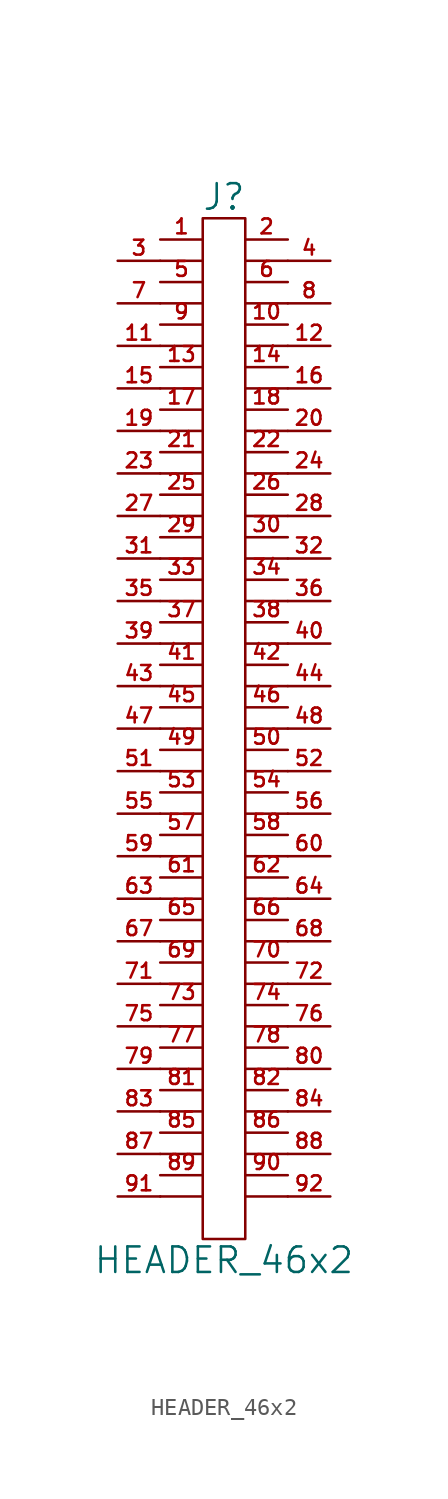
<source format=kicad_sym>
(kicad_symbol_lib
  (version 20211014)
  (generator kicad_symbol_editor)
  (symbol "HEADER_46x2"
    (pin_names
      (offset 0))
    (property "Reference" "J"
      (at 0 31.75 0)
      (effects (font (size 1.524 1.524))))
    (property "Value" "HEADER_46x2"
      (at 0 -31.75 0)
      (effects (font (size 1.524 1.524))))
    (property "Footprint" ""
      (at 0 5.08 0)
      (effects (font (size 1.524 1.524))))
    (property "Datasheet" ""
      (at 0 5.08 0)
      (effects (font (size 1.524 1.524))))
    (symbol "HEADER_46x2_0_1"
      (polyline (pts (xy -3.81 -27.94) (xy -1.27 -27.94)) (stroke (width 0) (type default) (color 0 0 0 0)) (fill (type none)))
      (polyline (pts (xy -3.81 -25.4) (xy -1.27 -25.4)) (stroke (width 0) (type default) (color 0 0 0 0)) (fill (type none)))
      (polyline (pts (xy -3.81 -22.86) (xy -1.27 -22.86)) (stroke (width 0) (type default) (color 0 0 0 0)) (fill (type none)))
      (polyline (pts (xy -3.81 -20.32) (xy -1.27 -20.32)) (stroke (width 0) (type default) (color 0 0 0 0)) (fill (type none)))
      (polyline (pts (xy -3.81 -17.78) (xy -1.27 -17.78)) (stroke (width 0) (type default) (color 0 0 0 0)) (fill (type none)))
      (polyline (pts (xy -3.81 -15.24) (xy -1.27 -15.24)) (stroke (width 0) (type default) (color 0 0 0 0)) (fill (type none)))
      (polyline (pts (xy -3.81 -12.7) (xy -1.27 -12.7)) (stroke (width 0) (type default) (color 0 0 0 0)) (fill (type none)))
      (polyline (pts (xy -3.81 -10.16) (xy -1.27 -10.16)) (stroke (width 0) (type default) (color 0 0 0 0)) (fill (type none)))
      (polyline (pts (xy -3.81 -7.62) (xy -1.27 -7.62)) (stroke (width 0) (type default) (color 0 0 0 0)) (fill (type none)))
      (polyline (pts (xy -3.81 -5.08) (xy -1.27 -5.08)) (stroke (width 0) (type default) (color 0 0 0 0)) (fill (type none)))
      (polyline (pts (xy -3.81 -2.54) (xy -1.27 -2.54)) (stroke (width 0) (type default) (color 0 0 0 0)) (fill (type none)))
      (polyline (pts (xy -3.81 0) (xy -1.27 0)) (stroke (width 0) (type default) (color 0 0 0 0)) (fill (type none)))
      (polyline (pts (xy -3.81 2.54) (xy -1.27 2.54)) (stroke (width 0) (type default) (color 0 0 0 0)) (fill (type none)))
      (polyline (pts (xy -3.81 5.08) (xy -1.27 5.08)) (stroke (width 0) (type default) (color 0 0 0 0)) (fill (type none)))
      (polyline (pts (xy -3.81 7.62) (xy -1.27 7.62)) (stroke (width 0) (type default) (color 0 0 0 0)) (fill (type none)))
      (polyline (pts (xy -3.81 10.16) (xy -1.27 10.16)) (stroke (width 0) (type default) (color 0 0 0 0)) (fill (type none)))
      (polyline (pts (xy -3.81 12.7) (xy -1.27 12.7)) (stroke (width 0) (type default) (color 0 0 0 0)) (fill (type none)))
      (polyline (pts (xy -3.81 15.24) (xy -1.27 15.24)) (stroke (width 0) (type default) (color 0 0 0 0)) (fill (type none)))
      (polyline (pts (xy -3.81 17.78) (xy -1.27 17.78)) (stroke (width 0) (type default) (color 0 0 0 0)) (fill (type none)))
      (polyline (pts (xy -3.81 20.32) (xy -1.27 20.32)) (stroke (width 0) (type default) (color 0 0 0 0)) (fill (type none)))
      (polyline (pts (xy -3.81 22.86) (xy -1.27 22.86)) (stroke (width 0) (type default) (color 0 0 0 0)) (fill (type none)))
      (polyline (pts (xy -3.81 25.4) (xy -1.27 25.4)) (stroke (width 0) (type default) (color 0 0 0 0)) (fill (type none)))
      (polyline (pts (xy -3.81 27.94) (xy -1.27 27.94)) (stroke (width 0) (type default) (color 0 0 0 0)) (fill (type none)))
      (polyline (pts (xy 1.27 -27.94) (xy 3.81 -27.94)) (stroke (width 0) (type default) (color 0 0 0 0)) (fill (type none)))
      (polyline (pts (xy 1.27 -25.4) (xy 3.81 -25.4)) (stroke (width 0) (type default) (color 0 0 0 0)) (fill (type none)))
      (polyline (pts (xy 1.27 -22.86) (xy 3.81 -22.86)) (stroke (width 0) (type default) (color 0 0 0 0)) (fill (type none)))
      (polyline (pts (xy 1.27 -20.32) (xy 3.81 -20.32)) (stroke (width 0) (type default) (color 0 0 0 0)) (fill (type none)))
      (polyline (pts (xy 1.27 -17.78) (xy 3.81 -17.78)) (stroke (width 0) (type default) (color 0 0 0 0)) (fill (type none)))
      (polyline (pts (xy 1.27 -15.24) (xy 3.81 -15.24)) (stroke (width 0) (type default) (color 0 0 0 0)) (fill (type none)))
      (polyline (pts (xy 1.27 -12.7) (xy 3.81 -12.7)) (stroke (width 0) (type default) (color 0 0 0 0)) (fill (type none)))
      (polyline (pts (xy 1.27 -10.16) (xy 3.81 -10.16)) (stroke (width 0) (type default) (color 0 0 0 0)) (fill (type none)))
      (polyline (pts (xy 1.27 -7.62) (xy 3.81 -7.62)) (stroke (width 0) (type default) (color 0 0 0 0)) (fill (type none)))
      (polyline (pts (xy 1.27 -5.08) (xy 3.81 -5.08)) (stroke (width 0) (type default) (color 0 0 0 0)) (fill (type none)))
      (polyline (pts (xy 1.27 -2.54) (xy 3.81 -2.54)) (stroke (width 0) (type default) (color 0 0 0 0)) (fill (type none)))
      (polyline (pts (xy 1.27 0) (xy 3.81 0)) (stroke (width 0) (type default) (color 0 0 0 0)) (fill (type none)))
      (polyline (pts (xy 1.27 2.54) (xy 3.81 2.54)) (stroke (width 0) (type default) (color 0 0 0 0)) (fill (type none)))
      (polyline (pts (xy 1.27 5.08) (xy 3.81 5.08)) (stroke (width 0) (type default) (color 0 0 0 0)) (fill (type none)))
      (polyline (pts (xy 1.27 7.62) (xy 3.81 7.62)) (stroke (width 0) (type default) (color 0 0 0 0)) (fill (type none)))
      (polyline (pts (xy 1.27 10.16) (xy 3.81 10.16)) (stroke (width 0) (type default) (color 0 0 0 0)) (fill (type none)))
      (polyline (pts (xy 1.27 12.7) (xy 3.81 12.7)) (stroke (width 0) (type default) (color 0 0 0 0)) (fill (type none)))
      (polyline (pts (xy 1.27 15.24) (xy 3.81 15.24)) (stroke (width 0) (type default) (color 0 0 0 0)) (fill (type none)))
      (polyline (pts (xy 1.27 17.78) (xy 3.81 17.78)) (stroke (width 0) (type default) (color 0 0 0 0)) (fill (type none)))
      (polyline (pts (xy 1.27 20.32) (xy 3.81 20.32)) (stroke (width 0) (type default) (color 0 0 0 0)) (fill (type none)))
      (polyline (pts (xy 1.27 22.86) (xy 3.81 22.86)) (stroke (width 0) (type default) (color 0 0 0 0)) (fill (type none)))
      (polyline (pts (xy 1.27 25.4) (xy 3.81 25.4)) (stroke (width 0) (type default) (color 0 0 0 0)) (fill (type none)))
      (polyline (pts (xy 1.27 27.94) (xy 3.81 27.94)) (stroke (width 0) (type default) (color 0 0 0 0)) (fill (type none)))
      (rectangle (start 1.27 -30.48) (end -1.27 30.48) (stroke (width 0) (type default) (color 0 0 0 0)) (fill (type none))))
    (symbol "HEADER_46x2_1_1"
      (pin passive line (at -3.81 29.21 0) (length 2.54) (name "~" (effects (font (size 1.27 1.27)))) (number "1" (effects (font (size 0.889 0.889)))))
      (pin passive line (at 3.81 24.13 180) (length 2.54) (name "~" (effects (font (size 1.27 1.27)))) (number "10" (effects (font (size 0.889 0.889)))))
      (pin passive line (at -6.35 22.86 0) (length 2.54) (name "~" (effects (font (size 1.27 1.27)))) (number "11" (effects (font (size 0.889 0.889)))))
      (pin passive line (at 6.35 22.86 180) (length 2.54) (name "~" (effects (font (size 1.27 1.27)))) (number "12" (effects (font (size 0.889 0.889)))))
      (pin passive line (at -3.81 21.59 0) (length 2.54) (name "~" (effects (font (size 1.27 1.27)))) (number "13" (effects (font (size 0.889 0.889)))))
      (pin passive line (at 3.81 21.59 180) (length 2.54) (name "~" (effects (font (size 1.27 1.27)))) (number "14" (effects (font (size 0.889 0.889)))))
      (pin passive line (at -6.35 20.32 0) (length 2.54) (name "~" (effects (font (size 1.27 1.27)))) (number "15" (effects (font (size 0.889 0.889)))))
      (pin passive line (at 6.35 20.32 180) (length 2.54) (name "~" (effects (font (size 1.27 1.27)))) (number "16" (effects (font (size 0.889 0.889)))))
      (pin passive line (at -3.81 19.05 0) (length 2.54) (name "~" (effects (font (size 1.27 1.27)))) (number "17" (effects (font (size 0.889 0.889)))))
      (pin passive line (at 3.81 19.05 180) (length 2.54) (name "~" (effects (font (size 1.27 1.27)))) (number "18" (effects (font (size 0.889 0.889)))))
      (pin passive line (at -6.35 17.78 0) (length 2.54) (name "~" (effects (font (size 1.27 1.27)))) (number "19" (effects (font (size 0.889 0.889)))))
      (pin passive line (at 3.81 29.21 180) (length 2.54) (name "~" (effects (font (size 1.27 1.27)))) (number "2" (effects (font (size 0.889 0.889)))))
      (pin passive line (at 6.35 17.78 180) (length 2.54) (name "~" (effects (font (size 1.27 1.27)))) (number "20" (effects (font (size 0.889 0.889)))))
      (pin passive line (at -3.81 16.51 0) (length 2.54) (name "~" (effects (font (size 1.27 1.27)))) (number "21" (effects (font (size 0.889 0.889)))))
      (pin passive line (at 3.81 16.51 180) (length 2.54) (name "~" (effects (font (size 1.27 1.27)))) (number "22" (effects (font (size 0.889 0.889)))))
      (pin passive line (at -6.35 15.24 0) (length 2.54) (name "~" (effects (font (size 1.27 1.27)))) (number "23" (effects (font (size 0.889 0.889)))))
      (pin passive line (at 6.35 15.24 180) (length 2.54) (name "~" (effects (font (size 1.27 1.27)))) (number "24" (effects (font (size 0.889 0.889)))))
      (pin passive line (at -3.81 13.97 0) (length 2.54) (name "~" (effects (font (size 1.27 1.27)))) (number "25" (effects (font (size 0.889 0.889)))))
      (pin passive line (at 3.81 13.97 180) (length 2.54) (name "~" (effects (font (size 1.27 1.27)))) (number "26" (effects (font (size 0.889 0.889)))))
      (pin passive line (at -6.35 12.7 0) (length 2.54) (name "~" (effects (font (size 1.27 1.27)))) (number "27" (effects (font (size 0.889 0.889)))))
      (pin passive line (at 6.35 12.7 180) (length 2.54) (name "~" (effects (font (size 1.27 1.27)))) (number "28" (effects (font (size 0.889 0.889)))))
      (pin passive line (at -3.81 11.43 0) (length 2.54) (name "~" (effects (font (size 1.27 1.27)))) (number "29" (effects (font (size 0.889 0.889)))))
      (pin passive line (at -6.35 27.94 0) (length 2.54) (name "~" (effects (font (size 1.27 1.27)))) (number "3" (effects (font (size 0.889 0.889)))))
      (pin passive line (at 3.81 11.43 180) (length 2.54) (name "~" (effects (font (size 1.27 1.27)))) (number "30" (effects (font (size 0.889 0.889)))))
      (pin passive line (at -6.35 10.16 0) (length 2.54) (name "~" (effects (font (size 1.27 1.27)))) (number "31" (effects (font (size 0.889 0.889)))))
      (pin passive line (at 6.35 10.16 180) (length 2.54) (name "~" (effects (font (size 1.27 1.27)))) (number "32" (effects (font (size 0.889 0.889)))))
      (pin passive line (at -3.81 8.89 0) (length 2.54) (name "~" (effects (font (size 1.27 1.27)))) (number "33" (effects (font (size 0.889 0.889)))))
      (pin passive line (at 3.81 8.89 180) (length 2.54) (name "~" (effects (font (size 1.27 1.27)))) (number "34" (effects (font (size 0.889 0.889)))))
      (pin passive line (at -6.35 7.62 0) (length 2.54) (name "~" (effects (font (size 1.27 1.27)))) (number "35" (effects (font (size 0.889 0.889)))))
      (pin passive line (at 6.35 7.62 180) (length 2.54) (name "~" (effects (font (size 1.27 1.27)))) (number "36" (effects (font (size 0.889 0.889)))))
      (pin passive line (at -3.81 6.35 0) (length 2.54) (name "~" (effects (font (size 0.889 0.889)))) (number "37" (effects (font (size 0.889 0.889)))))
      (pin passive line (at 3.81 6.35 180) (length 2.54) (name "~" (effects (font (size 1.27 1.27)))) (number "38" (effects (font (size 0.889 0.889)))))
      (pin passive line (at -6.35 5.08 0) (length 2.54) (name "~" (effects (font (size 1.27 1.27)))) (number "39" (effects (font (size 0.889 0.889)))))
      (pin passive line (at 6.35 27.94 180) (length 2.54) (name "~" (effects (font (size 1.27 1.27)))) (number "4" (effects (font (size 0.889 0.889)))))
      (pin passive line (at 6.35 5.08 180) (length 2.54) (name "~" (effects (font (size 1.27 1.27)))) (number "40" (effects (font (size 0.889 0.889)))))
      (pin passive line (at -3.81 3.81 0) (length 2.54) (name "~" (effects (font (size 1.27 1.27)))) (number "41" (effects (font (size 0.889 0.889)))))
      (pin passive line (at 3.81 3.81 180) (length 2.54) (name "~" (effects (font (size 1.27 1.27)))) (number "42" (effects (font (size 0.889 0.889)))))
      (pin passive line (at -6.35 2.54 0) (length 2.54) (name "~" (effects (font (size 1.27 1.27)))) (number "43" (effects (font (size 0.889 0.889)))))
      (pin passive line (at 6.35 2.54 180) (length 2.54) (name "~" (effects (font (size 1.27 1.27)))) (number "44" (effects (font (size 0.889 0.889)))))
      (pin passive line (at -3.81 1.27 0) (length 2.54) (name "~" (effects (font (size 1.27 1.27)))) (number "45" (effects (font (size 0.889 0.889)))))
      (pin passive line (at 3.81 1.27 180) (length 2.54) (name "~" (effects (font (size 1.27 1.27)))) (number "46" (effects (font (size 0.889 0.889)))))
      (pin passive line (at -6.35 0 0) (length 2.54) (name "~" (effects (font (size 1.27 1.27)))) (number "47" (effects (font (size 0.889 0.889)))))
      (pin passive line (at 6.35 0 180) (length 2.54) (name "~" (effects (font (size 1.27 1.27)))) (number "48" (effects (font (size 0.889 0.889)))))
      (pin passive line (at -3.81 -1.27 0) (length 2.54) (name "~" (effects (font (size 1.27 1.27)))) (number "49" (effects (font (size 0.889 0.889)))))
      (pin passive line (at -3.81 26.67 0) (length 2.54) (name "~" (effects (font (size 1.27 1.27)))) (number "5" (effects (font (size 0.889 0.889)))))
      (pin passive line (at 3.81 -1.27 180) (length 2.54) (name "~" (effects (font (size 1.27 1.27)))) (number "50" (effects (font (size 0.889 0.889)))))
      (pin passive line (at -6.35 -2.54 0) (length 2.54) (name "~" (effects (font (size 1.27 1.27)))) (number "51" (effects (font (size 0.889 0.889)))))
      (pin passive line (at 6.35 -2.54 180) (length 2.54) (name "~" (effects (font (size 1.27 1.27)))) (number "52" (effects (font (size 0.889 0.889)))))
      (pin passive line (at -3.81 -3.81 0) (length 2.54) (name "~" (effects (font (size 1.27 1.27)))) (number "53" (effects (font (size 0.889 0.889)))))
      (pin passive line (at 3.81 -3.81 180) (length 2.54) (name "~" (effects (font (size 1.27 1.27)))) (number "54" (effects (font (size 0.889 0.889)))))
      (pin passive line (at -6.35 -5.08 0) (length 2.54) (name "~" (effects (font (size 1.27 1.27)))) (number "55" (effects (font (size 0.889 0.889)))))
      (pin passive line (at 6.35 -5.08 180) (length 2.54) (name "~" (effects (font (size 1.27 1.27)))) (number "56" (effects (font (size 0.889 0.889)))))
      (pin passive line (at -3.81 -6.35 0) (length 2.54) (name "~" (effects (font (size 1.27 1.27)))) (number "57" (effects (font (size 0.889 0.889)))))
      (pin passive line (at 3.81 -6.35 180) (length 2.54) (name "~" (effects (font (size 1.27 1.27)))) (number "58" (effects (font (size 0.889 0.889)))))
      (pin passive line (at -6.35 -7.62 0) (length 2.54) (name "~" (effects (font (size 1.27 1.27)))) (number "59" (effects (font (size 0.889 0.889)))))
      (pin passive line (at 3.81 26.67 180) (length 2.54) (name "~" (effects (font (size 1.27 1.27)))) (number "6" (effects (font (size 0.889 0.889)))))
      (pin passive line (at 6.35 -7.62 180) (length 2.54) (name "~" (effects (font (size 1.27 1.27)))) (number "60" (effects (font (size 0.889 0.889)))))
      (pin passive line (at -3.81 -8.89 0) (length 2.54) (name "~" (effects (font (size 1.27 1.27)))) (number "61" (effects (font (size 0.889 0.889)))))
      (pin passive line (at 3.81 -8.89 180) (length 2.54) (name "~" (effects (font (size 1.27 1.27)))) (number "62" (effects (font (size 0.889 0.889)))))
      (pin passive line (at -6.35 -10.16 0) (length 2.54) (name "~" (effects (font (size 1.27 1.27)))) (number "63" (effects (font (size 0.889 0.889)))))
      (pin passive line (at 6.35 -10.16 180) (length 2.54) (name "~" (effects (font (size 1.27 1.27)))) (number "64" (effects (font (size 0.889 0.889)))))
      (pin passive line (at -3.81 -11.43 0) (length 2.54) (name "~" (effects (font (size 1.27 1.27)))) (number "65" (effects (font (size 0.889 0.889)))))
      (pin passive line (at 3.81 -11.43 180) (length 2.54) (name "~" (effects (font (size 1.27 1.27)))) (number "66" (effects (font (size 0.889 0.889)))))
      (pin passive line (at -6.35 -12.7 0) (length 2.54) (name "~" (effects (font (size 1.27 1.27)))) (number "67" (effects (font (size 0.889 0.889)))))
      (pin passive line (at 6.35 -12.7 180) (length 2.54) (name "~" (effects (font (size 1.27 1.27)))) (number "68" (effects (font (size 0.889 0.889)))))
      (pin passive line (at -3.81 -13.97 0) (length 2.54) (name "~" (effects (font (size 1.27 1.27)))) (number "69" (effects (font (size 0.889 0.889)))))
      (pin passive line (at -6.35 25.4 0) (length 2.54) (name "~" (effects (font (size 1.27 1.27)))) (number "7" (effects (font (size 0.889 0.889)))))
      (pin passive line (at 3.81 -13.97 180) (length 2.54) (name "~" (effects (font (size 1.27 1.27)))) (number "70" (effects (font (size 0.889 0.889)))))
      (pin passive line (at -6.35 -15.24 0) (length 2.54) (name "~" (effects (font (size 1.27 1.27)))) (number "71" (effects (font (size 0.889 0.889)))))
      (pin passive line (at 6.35 -15.24 180) (length 2.54) (name "~" (effects (font (size 1.27 1.27)))) (number "72" (effects (font (size 0.889 0.889)))))
      (pin passive line (at -3.81 -16.51 0) (length 2.54) (name "~" (effects (font (size 1.27 1.27)))) (number "73" (effects (font (size 0.889 0.889)))))
      (pin passive line (at 3.81 -16.51 180) (length 2.54) (name "~" (effects (font (size 1.27 1.27)))) (number "74" (effects (font (size 0.889 0.889)))))
      (pin passive line (at -6.35 -17.78 0) (length 2.54) (name "~" (effects (font (size 1.27 1.27)))) (number "75" (effects (font (size 0.889 0.889)))))
      (pin passive line (at 6.35 -17.78 180) (length 2.54) (name "~" (effects (font (size 1.27 1.27)))) (number "76" (effects (font (size 0.889 0.889)))))
      (pin passive line (at -3.81 -19.05 0) (length 2.54) (name "~" (effects (font (size 1.27 1.27)))) (number "77" (effects (font (size 0.889 0.889)))))
      (pin passive line (at 3.81 -19.05 180) (length 2.54) (name "~" (effects (font (size 1.27 1.27)))) (number "78" (effects (font (size 0.889 0.889)))))
      (pin passive line (at -6.35 -20.32 0) (length 2.54) (name "~" (effects (font (size 1.27 1.27)))) (number "79" (effects (font (size 0.889 0.889)))))
      (pin passive line (at 6.35 25.4 180) (length 2.54) (name "~" (effects (font (size 1.27 1.27)))) (number "8" (effects (font (size 0.889 0.889)))))
      (pin passive line (at 6.35 -20.32 180) (length 2.54) (name "~" (effects (font (size 1.27 1.27)))) (number "80" (effects (font (size 0.889 0.889)))))
      (pin passive line (at -3.81 -21.59 0) (length 2.54) (name "~" (effects (font (size 1.27 1.27)))) (number "81" (effects (font (size 0.889 0.889)))))
      (pin passive line (at 3.81 -21.59 180) (length 2.54) (name "~" (effects (font (size 1.27 1.27)))) (number "82" (effects (font (size 0.889 0.889)))))
      (pin passive line (at -6.35 -22.86 0) (length 2.54) (name "~" (effects (font (size 1.27 1.27)))) (number "83" (effects (font (size 0.889 0.889)))))
      (pin passive line (at 6.35 -22.86 180) (length 2.54) (name "~" (effects (font (size 1.27 1.27)))) (number "84" (effects (font (size 0.889 0.889)))))
      (pin passive line (at -3.81 -24.13 0) (length 2.54) (name "~" (effects (font (size 1.27 1.27)))) (number "85" (effects (font (size 0.889 0.889)))))
      (pin passive line (at 3.81 -24.13 180) (length 2.54) (name "~" (effects (font (size 1.27 1.27)))) (number "86" (effects (font (size 0.889 0.889)))))
      (pin passive line (at -6.35 -25.4 0) (length 2.54) (name "~" (effects (font (size 1.27 1.27)))) (number "87" (effects (font (size 0.889 0.889)))))
      (pin passive line (at 6.35 -25.4 180) (length 2.54) (name "~" (effects (font (size 1.27 1.27)))) (number "88" (effects (font (size 0.889 0.889)))))
      (pin passive line (at -3.81 -26.67 0) (length 2.54) (name "~" (effects (font (size 1.27 1.27)))) (number "89" (effects (font (size 0.889 0.889)))))
      (pin passive line (at -3.81 24.13 0) (length 2.54) (name "~" (effects (font (size 1.27 1.27)))) (number "9" (effects (font (size 0.889 0.889)))))
      (pin passive line (at 3.81 -26.67 180) (length 2.54) (name "~" (effects (font (size 1.27 1.27)))) (number "90" (effects (font (size 0.889 0.889)))))
      (pin passive line (at -6.35 -27.94 0) (length 2.54) (name "~" (effects (font (size 1.27 1.27)))) (number "91" (effects (font (size 0.889 0.889)))))
      (pin passive line (at 6.35 -27.94 180) (length 2.54) (name "~" (effects (font (size 1.27 1.27)))) (number "92" (effects (font (size 0.889 0.889))))))))
</source>
